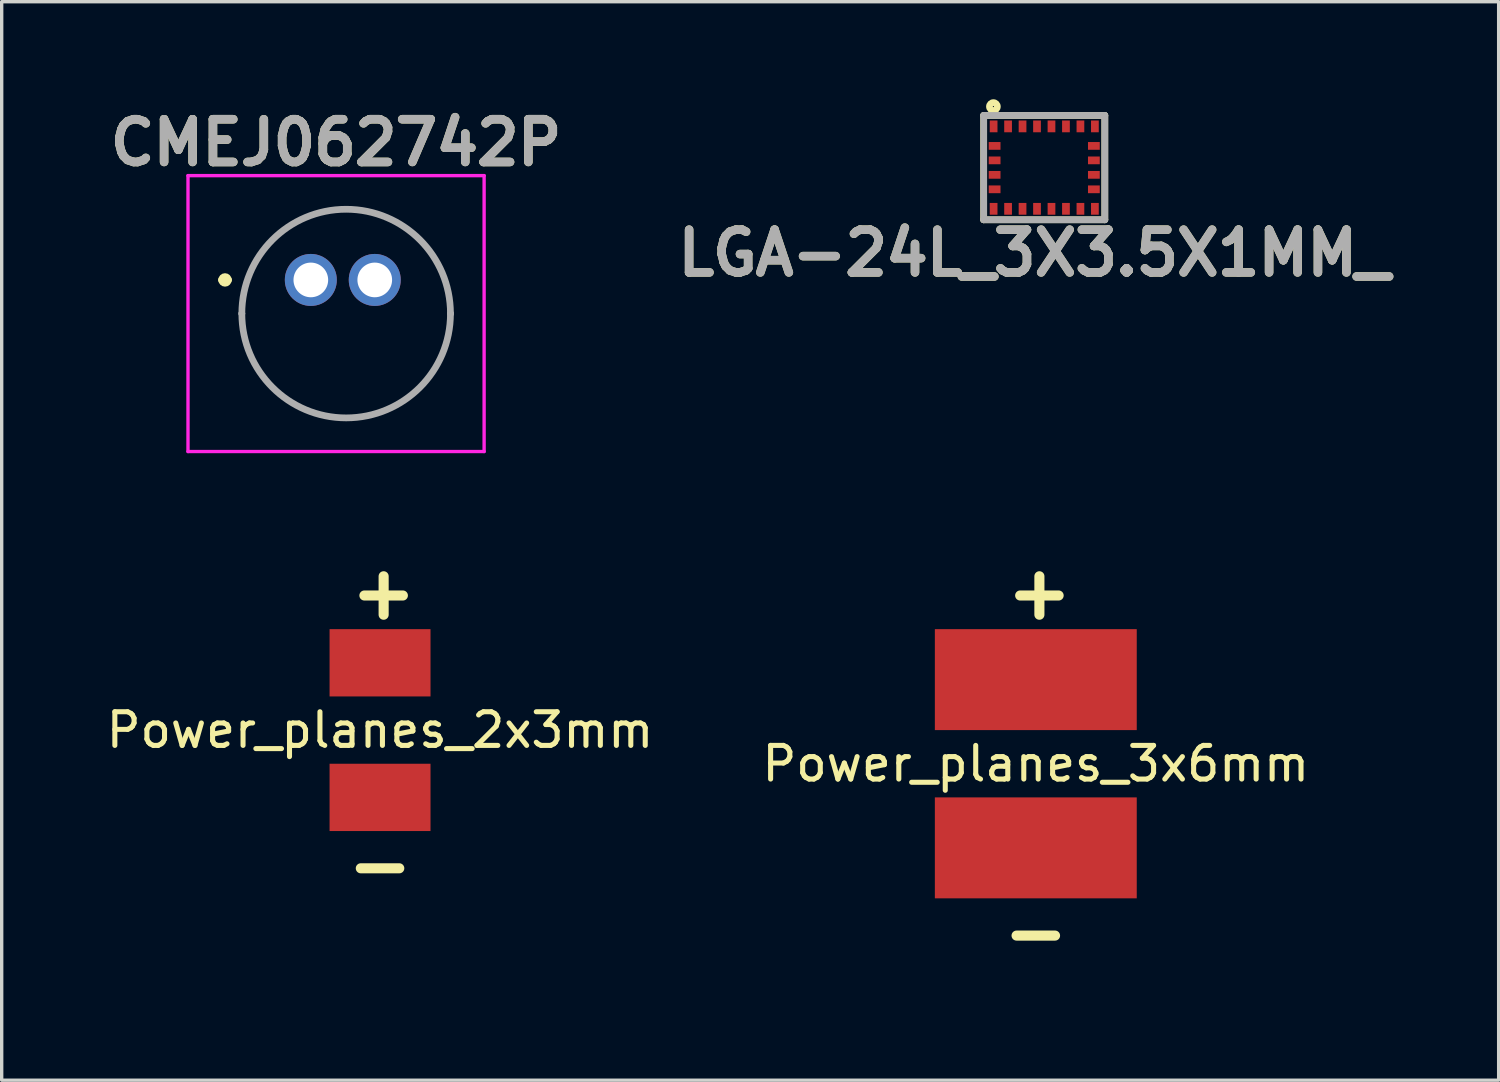
<source format=kicad_pcb>
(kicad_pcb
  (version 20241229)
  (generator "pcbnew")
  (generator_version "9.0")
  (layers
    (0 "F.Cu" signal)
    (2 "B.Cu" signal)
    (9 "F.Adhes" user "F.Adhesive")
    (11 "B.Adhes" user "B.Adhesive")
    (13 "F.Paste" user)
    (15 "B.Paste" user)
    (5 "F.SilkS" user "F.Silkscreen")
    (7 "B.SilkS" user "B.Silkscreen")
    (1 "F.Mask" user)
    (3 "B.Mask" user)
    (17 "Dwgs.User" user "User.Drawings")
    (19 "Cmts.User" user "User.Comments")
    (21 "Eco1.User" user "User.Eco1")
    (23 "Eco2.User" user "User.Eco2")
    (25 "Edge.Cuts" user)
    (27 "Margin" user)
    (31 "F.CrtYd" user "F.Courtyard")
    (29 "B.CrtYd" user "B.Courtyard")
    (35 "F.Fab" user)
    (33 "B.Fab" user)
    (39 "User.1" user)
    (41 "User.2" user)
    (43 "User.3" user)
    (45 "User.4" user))
  (footprint "Power_planes_3x6mm"
    (layer "F.Cu")
    (at 27.732 19.647)
    (property "Reference" "Power_planes_3x6mm" (at 0 0 0) (layer "F.SilkS") (effects (font (size 1 1) (thickness 0.15))))
    (attr through_hole)
    (fp_text user "+" (at 0 -5 270) (layer "F.SilkS") (effects (font (size 1.5 1.5) (thickness 0.3))))
    (fp_text user "-" (at 0 5 0) (layer "F.SilkS") (effects (font (size 1.5 1.5) (thickness 0.3))))
    (pad "1" smd rect (at 0 -2.5 270) (size 3 6) (layers "F.Cu" "F.Mask" "F.Paste"))
    (pad "2" smd rect (at 0 2.5 270) (size 3 6) (layers "F.Cu" "F.Mask" "F.Paste")))
  (footprint "LGA-24L_3X3.5X1MM_"
    (layer "F.Cu")
    (at 27.983 1.931)
    (property "Reference" "LGA-24L_3X3.5X1MM_" (at -0.303 2.54 0) (layer "F.SilkS") (effects (font (size 1.27 1.27) (thickness 0.254))))
    (attr smd)
    (fp_line (start -1.8 -1.55) (end 1.8 -1.55) (stroke (width 0.2) (type solid)) (layer "F.SilkS"))
    (fp_line (start -1.8 1.55) (end -1.8 -1.55) (stroke (width 0.2) (type solid)) (layer "F.SilkS"))
    (fp_line (start 1.8 -1.55) (end 1.8 1.55) (stroke (width 0.2) (type solid)) (layer "F.SilkS"))
    (fp_line (start 1.8 1.55) (end -1.8 1.55) (stroke (width 0.2) (type solid)) (layer "F.SilkS"))
    (fp_circle (center -1.511 -1.814) (end -1.511 -1.797) (stroke (width 0.2) (type solid)) (fill no) (layer "F.SilkS"))
    (fp_line (start -1.8 -1.55) (end 1.8 -1.55) (stroke (width 0.2) (type solid)) (layer "F.Fab"))
    (fp_line (start -1.8 1.55) (end -1.8 -1.55) (stroke (width 0.2) (type solid)) (layer "F.Fab"))
    (fp_line (start 1.8 -1.55) (end 1.8 1.55) (stroke (width 0.2) (type solid)) (layer "F.Fab"))
    (fp_line (start 1.8 1.55) (end -1.8 1.55) (stroke (width 0.2) (type solid)) (layer "F.Fab"))
    (fp_text user "${REFERENCE}" (at -0.303 2.54 0) (layer "F.Fab") (effects (font (size 1.27 1.27) (thickness 0.254))))
    (pad "1" smd rect (at -1.505 -1.225) (size 0.23 0.35) (layers "F.Cu" "F.Mask" "F.Paste"))
    (pad "2" smd rect (at -1.475 -0.645 90) (size 0.23 0.35) (layers "F.Cu" "F.Mask" "F.Paste"))
    (pad "3" smd rect (at -1.475 -0.215 90) (size 0.23 0.35) (layers "F.Cu" "F.Mask" "F.Paste"))
    (pad "4" smd rect (at -1.475 0.215 90) (size 0.23 0.35) (layers "F.Cu" "F.Mask" "F.Paste"))
    (pad "5" smd rect (at -1.475 0.645 90) (size 0.23 0.35) (layers "F.Cu" "F.Mask" "F.Paste"))
    (pad "6" smd rect (at -1.505 1.225) (size 0.23 0.35) (layers "F.Cu" "F.Mask" "F.Paste"))
    (pad "7" smd rect (at -1.075 1.225) (size 0.23 0.35) (layers "F.Cu" "F.Mask" "F.Paste"))
    (pad "8" smd rect (at -0.645 1.225) (size 0.23 0.35) (layers "F.Cu" "F.Mask" "F.Paste"))
    (pad "9" smd rect (at -0.215 1.225) (size 0.23 0.35) (layers "F.Cu" "F.Mask" "F.Paste"))
    (pad "10" smd rect (at 0.215 1.225) (size 0.23 0.35) (layers "F.Cu" "F.Mask" "F.Paste"))
    (pad "11" smd rect (at 0.645 1.225) (size 0.23 0.35) (layers "F.Cu" "F.Mask" "F.Paste"))
    (pad "12" smd rect (at 1.075 1.225) (size 0.23 0.35) (layers "F.Cu" "F.Mask" "F.Paste"))
    (pad "13" smd rect (at 1.505 1.225) (size 0.23 0.35) (layers "F.Cu" "F.Mask" "F.Paste"))
    (pad "14" smd rect (at 1.475 0.645 90) (size 0.23 0.35) (layers "F.Cu" "F.Mask" "F.Paste"))
    (pad "15" smd rect (at 1.475 0.215 90) (size 0.23 0.35) (layers "F.Cu" "F.Mask" "F.Paste"))
    (pad "16" smd rect (at 1.475 -0.215 90) (size 0.23 0.35) (layers "F.Cu" "F.Mask" "F.Paste"))
    (pad "17" smd rect (at 1.475 -0.645 90) (size 0.23 0.35) (layers "F.Cu" "F.Mask" "F.Paste"))
    (pad "18" smd rect (at 1.505 -1.225) (size 0.23 0.35) (layers "F.Cu" "F.Mask" "F.Paste"))
    (pad "19" smd rect (at 1.075 -1.225) (size 0.23 0.35) (layers "F.Cu" "F.Mask" "F.Paste"))
    (pad "20" smd rect (at 0.645 -1.225) (size 0.23 0.35) (layers "F.Cu" "F.Mask" "F.Paste"))
    (pad "21" smd rect (at 0.215 -1.225) (size 0.23 0.35) (layers "F.Cu" "F.Mask" "F.Paste"))
    (pad "22" smd rect (at -0.215 -1.225) (size 0.23 0.35) (layers "F.Cu" "F.Mask" "F.Paste"))
    (pad "23" smd rect (at -0.645 -1.225) (size 0.23 0.35) (layers "F.Cu" "F.Mask" "F.Paste"))
    (pad "24" smd rect (at -1.075 -1.225) (size 0.23 0.35) (layers "F.Cu" "F.Mask" "F.Paste")))
  (footprint "Power_planes_2x3mm"
    (layer "F.Cu")
    (at 8.244 18.647)
    (property "Reference" "Power_planes_2x3mm" (at 0 0 0) (layer "F.SilkS") (effects (font (size 1 1) (thickness 0.15))))
    (attr through_hole)
    (fp_text user "+" (at 0 -4 270) (layer "F.SilkS") (effects (font (size 1.5 1.5) (thickness 0.3))))
    (fp_text user "-" (at 0 4 0) (layer "F.SilkS") (effects (font (size 1.5 1.5) (thickness 0.3))))
    (pad "1" smd rect (at 0 -2 270) (size 2 3) (layers "F.Cu" "F.Mask" "F.Paste"))
    (pad "2" smd rect (at 0 2 270) (size 2 3) (layers "F.Cu" "F.Mask" "F.Paste")))
  (footprint "CMEJ062742P"
    (layer "F.Cu")
    (at 6.137 6.269)
    (property "Reference" "CMEJ062742P" (at 0.8 -5.08 0) (layer "F.SilkS") (effects (font (size 1.27 1.27) (thickness 0.254))))
    (attr through_hole)
    (fp_line (start -2.6 -1) (end -2.6 -1) (stroke (width 0.2) (type solid)) (layer "F.SilkS"))
    (fp_line (start -2.4 -1) (end -2.4 -1) (stroke (width 0.2) (type solid)) (layer "F.SilkS"))
    (fp_line (start -2 0) (end -2 0) (stroke (width 0.1) (type solid)) (layer "F.SilkS"))
    (fp_line (start 4.2 0) (end 4.2 0) (stroke (width 0.1) (type solid)) (layer "F.SilkS"))
    (fp_arc (start -2.6 -1) (mid -2.5 -1.1) (end -2.4 -1) (stroke (width 0.2) (type solid)) (layer "F.SilkS"))
    (fp_arc (start -2.4 -1) (mid -2.5 -0.9) (end -2.6 -1) (stroke (width 0.2) (type solid)) (layer "F.SilkS"))
    (fp_arc (start -2 0) (mid 1.1 -3.1) (end 4.2 0) (stroke (width 0.1) (type solid)) (layer "F.SilkS"))
    (fp_arc (start 4.2 0) (mid 1.1 3.1) (end -2 0) (stroke (width 0.1) (type solid)) (layer "F.SilkS"))
    (fp_line (start -3.6 -4.1) (end 5.2 -4.1) (stroke (width 0.1) (type solid)) (layer "F.CrtYd"))
    (fp_line (start -3.6 4.1) (end -3.6 -4.1) (stroke (width 0.1) (type solid)) (layer "F.CrtYd"))
    (fp_line (start 5.2 -4.1) (end 5.2 4.1) (stroke (width 0.1) (type solid)) (layer "F.CrtYd"))
    (fp_line (start 5.2 4.1) (end -3.6 4.1) (stroke (width 0.1) (type solid)) (layer "F.CrtYd"))
    (fp_line (start -2 0) (end -2 0) (stroke (width 0.2) (type solid)) (layer "F.Fab"))
    (fp_line (start 4.2 0) (end 4.2 0) (stroke (width 0.2) (type solid)) (layer "F.Fab"))
    (fp_arc (start -2 0) (mid 1.1 -3.1) (end 4.2 0) (stroke (width 0.2) (type solid)) (layer "F.Fab"))
    (fp_arc (start 4.2 0) (mid 1.1 3.1) (end -2 0) (stroke (width 0.2) (type solid)) (layer "F.Fab"))
    (fp_text user "${REFERENCE}" (at 0.8 -5.08 0) (layer "F.Fab") (effects (font (size 1.27 1.27) (thickness 0.254))))
    (pad "1" thru_hole circle (at 0.05 -1) (size 1.545 1.545) (drill 1.03) (layers "*.Cu" "*.Mask"))
    (pad "2" thru_hole circle (at 1.95 -1) (size 1.545 1.545) (drill 1.03) (layers "*.Cu" "*.Mask")))
  (gr_rect
    (start -3 -3)
    (end 41.487 29.051)
    (stroke (width 0.1) (type default))
    (fill no)
    (layer "Edge.Cuts")))
</source>
